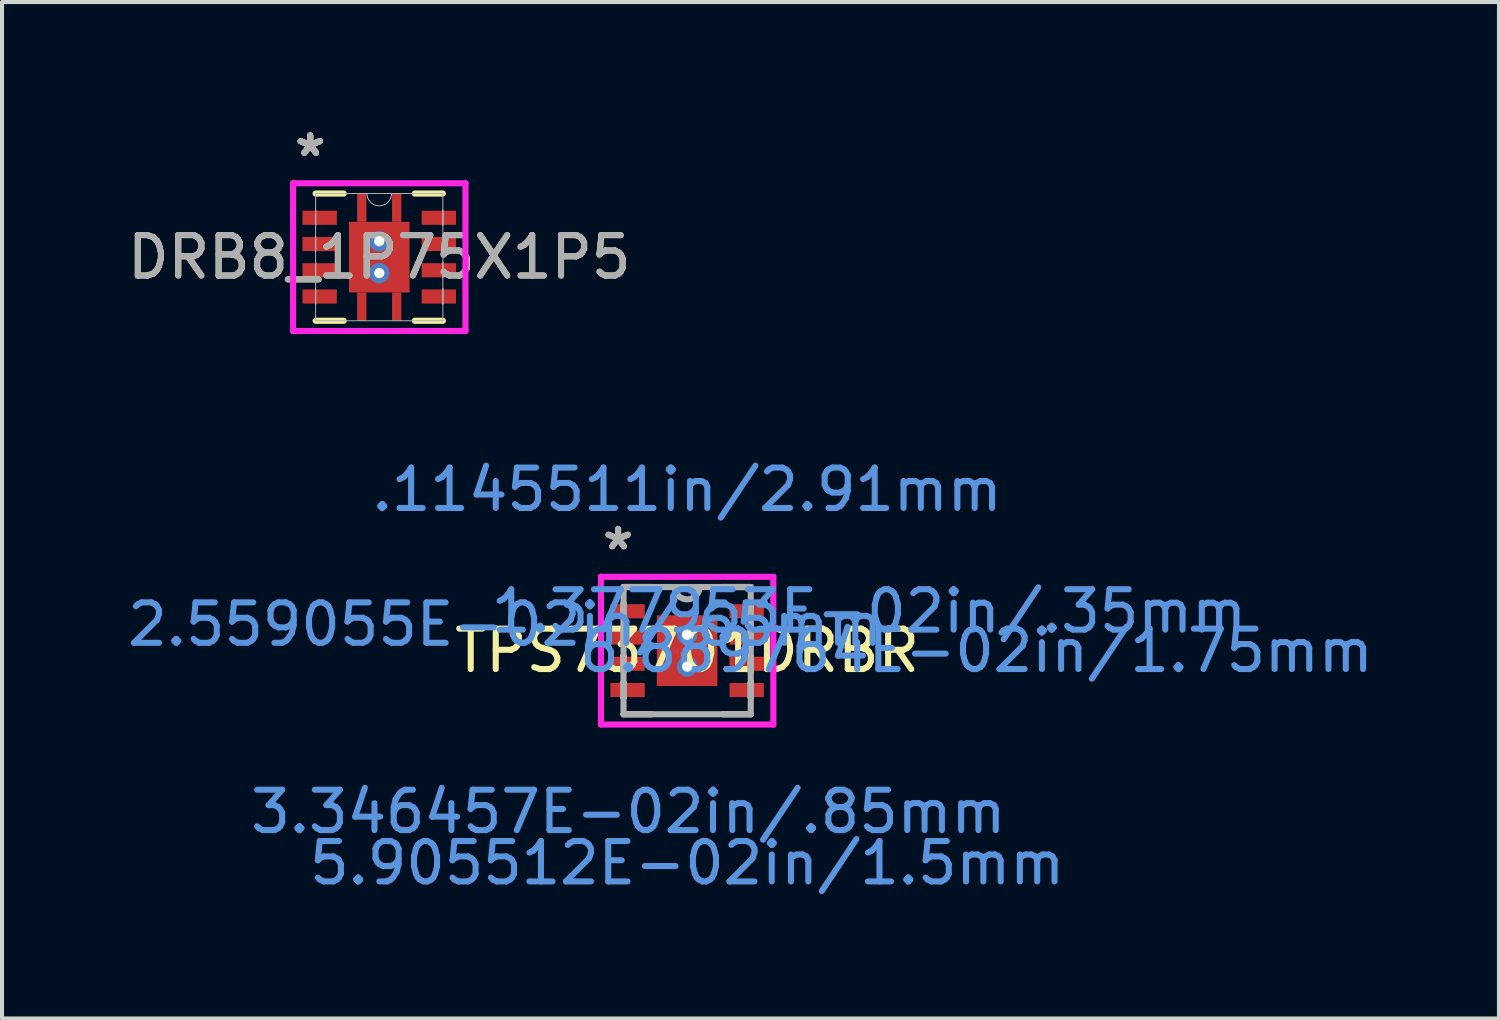
<source format=kicad_pcb>
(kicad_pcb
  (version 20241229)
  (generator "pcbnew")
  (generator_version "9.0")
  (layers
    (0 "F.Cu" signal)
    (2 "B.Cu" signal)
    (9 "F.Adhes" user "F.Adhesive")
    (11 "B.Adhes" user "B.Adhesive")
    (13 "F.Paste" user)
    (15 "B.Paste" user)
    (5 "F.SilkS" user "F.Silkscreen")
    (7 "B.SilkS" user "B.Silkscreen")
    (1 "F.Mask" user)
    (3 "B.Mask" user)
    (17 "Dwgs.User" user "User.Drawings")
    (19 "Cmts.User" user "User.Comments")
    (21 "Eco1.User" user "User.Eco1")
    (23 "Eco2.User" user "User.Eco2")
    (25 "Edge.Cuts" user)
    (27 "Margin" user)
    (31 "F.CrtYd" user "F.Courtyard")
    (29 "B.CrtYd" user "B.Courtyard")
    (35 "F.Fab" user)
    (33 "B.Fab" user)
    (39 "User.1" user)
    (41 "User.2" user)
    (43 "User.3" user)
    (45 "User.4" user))
  (footprint "DRB8_1P75X1P5"
    (layer "F.Cu")
    (at 6.339 3.316)
    (property "Reference" "DRB8_1P75X1P5" (at 0 0 0) (unlocked yes) (layer "F.SilkS") (effects (font (size 1 1) (thickness 0.15))))
    (attr smd)
    (fp_poly (pts (xy -0.547 -0.875) (xy -0.547 -1.575) (xy -0.317 -1.575) (xy -0.317 -0.875)) (stroke (width 0) (type solid)) (fill yes) (layer "F.Cu"))
    (fp_poly (pts (xy -0.547 0.875) (xy -0.547 1.575) (xy -0.317 1.575) (xy -0.317 0.875)) (stroke (width 0) (type solid)) (fill yes) (layer "F.Cu"))
    (fp_poly (pts (xy 0.547 -0.875) (xy 0.547 -1.575) (xy 0.317 -1.575) (xy 0.317 -0.875)) (stroke (width 0) (type solid)) (fill yes) (layer "F.Cu"))
    (fp_poly (pts (xy 0.547 0.875) (xy 0.547 1.575) (xy 0.317 1.575) (xy 0.317 0.875)) (stroke (width 0) (type solid)) (fill yes) (layer "F.Cu"))
    (fp_poly (pts (xy -1.97 -1.22) (xy -1.97 -0.73) (xy -0.98 -0.73) (xy -0.98 -1.22)) (stroke (width 0) (type solid)) (fill yes) (layer "F.Mask"))
    (fp_poly (pts (xy -1.97 -0.57) (xy -1.97 -0.08) (xy -0.98 -0.08) (xy -0.98 -0.57)) (stroke (width 0) (type solid)) (fill yes) (layer "F.Mask"))
    (fp_poly (pts (xy -1.97 0.08) (xy -1.97 0.57) (xy -0.98 0.57) (xy -0.98 0.08)) (stroke (width 0) (type solid)) (fill yes) (layer "F.Mask"))
    (fp_poly (pts (xy -1.97 0.73) (xy -1.97 1.22) (xy -0.98 1.22) (xy -0.98 0.73)) (stroke (width 0) (type solid)) (fill yes) (layer "F.Mask"))
    (fp_poly (pts (xy -0.814 -0.939) (xy -0.2 -0.939) (xy -0.2 0.939) (xy -0.814 0.939)) (stroke (width 0) (type solid)) (fill yes) (layer "F.Mask"))
    (fp_poly (pts (xy -0.814 -0.939) (xy 0.814 -0.939) (xy 0.814 -0.594) (xy -0.814 -0.594)) (stroke (width 0) (type solid)) (fill yes) (layer "F.Mask"))
    (fp_poly (pts (xy -0.814 -0.194) (xy 0.814 -0.194) (xy 0.814 0.194) (xy -0.814 0.194)) (stroke (width 0) (type solid)) (fill yes) (layer "F.Mask"))
    (fp_poly (pts (xy -0.814 0.594) (xy 0.814 0.594) (xy 0.814 0.939) (xy -0.814 0.939)) (stroke (width 0) (type solid)) (fill yes) (layer "F.Mask"))
    (fp_poly (pts (xy -0.547 -0.875) (xy -0.547 -1.575) (xy -0.317 -1.575) (xy -0.317 -0.875)) (stroke (width 0) (type solid)) (fill yes) (layer "F.Mask"))
    (fp_poly (pts (xy -0.547 0.875) (xy -0.547 1.575) (xy -0.317 1.575) (xy -0.317 0.875)) (stroke (width 0) (type solid)) (fill yes) (layer "F.Mask"))
    (fp_poly (pts (xy 0.2 -0.939) (xy 0.814 -0.939) (xy 0.814 0.939) (xy 0.2 0.939)) (stroke (width 0) (type solid)) (fill yes) (layer "F.Mask"))
    (fp_poly (pts (xy 0.547 -0.875) (xy 0.547 -1.575) (xy 0.317 -1.575) (xy 0.317 -0.875)) (stroke (width 0) (type solid)) (fill yes) (layer "F.Mask"))
    (fp_poly (pts (xy 0.547 0.875) (xy 0.547 1.575) (xy 0.317 1.575) (xy 0.317 0.875)) (stroke (width 0) (type solid)) (fill yes) (layer "F.Mask"))
    (fp_poly (pts (xy 0.98 -1.22) (xy 0.98 -0.73) (xy 1.97 -0.73) (xy 1.97 -1.22)) (stroke (width 0) (type solid)) (fill yes) (layer "F.Mask"))
    (fp_poly (pts (xy 0.98 -0.57) (xy 0.98 -0.08) (xy 1.97 -0.08) (xy 1.97 -0.57)) (stroke (width 0) (type solid)) (fill yes) (layer "F.Mask"))
    (fp_poly (pts (xy 0.98 0.08) (xy 0.98 0.57) (xy 1.97 0.57) (xy 1.97 0.08)) (stroke (width 0) (type solid)) (fill yes) (layer "F.Mask"))
    (fp_poly (pts (xy 0.98 0.73) (xy 0.98 1.22) (xy 1.97 1.22) (xy 1.97 0.73)) (stroke (width 0) (type solid)) (fill yes) (layer "F.Mask"))
    (fp_line (start -1.575 1.575) (end -0.88 1.575) (stroke (width 0.152) (type solid)) (layer "F.SilkS"))
    (fp_line (start -0.88 -1.575) (end -1.575 -1.575) (stroke (width 0.152) (type solid)) (layer "F.SilkS"))
    (fp_line (start 0.88 1.575) (end 1.575 1.575) (stroke (width 0.152) (type solid)) (layer "F.SilkS"))
    (fp_line (start 1.575 -1.575) (end 0.88 -1.575) (stroke (width 0.152) (type solid)) (layer "F.SilkS"))
    (fp_poly (pts (xy -1.875 -1.125) (xy -1.875 -0.825) (xy -1.075 -0.825) (xy -1.075 -1.125)) (stroke (width 0) (type solid)) (fill yes) (layer "F.Paste"))
    (fp_poly (pts (xy -1.875 -0.475) (xy -1.875 -0.175) (xy -1.075 -0.175) (xy -1.075 -0.475)) (stroke (width 0) (type solid)) (fill yes) (layer "F.Paste"))
    (fp_poly (pts (xy -1.875 0.175) (xy -1.875 0.475) (xy -1.075 0.475) (xy -1.075 0.175)) (stroke (width 0) (type solid)) (fill yes) (layer "F.Paste"))
    (fp_poly (pts (xy -1.875 0.825) (xy -1.875 1.125) (xy -1.075 1.125) (xy -1.075 0.825)) (stroke (width 0) (type solid)) (fill yes) (layer "F.Paste"))
    (fp_poly (pts (xy -0.496 -0.926) (xy -0.496 -1.524) (xy -0.368 -1.524) (xy -0.368 -0.926)) (stroke (width 0) (type solid)) (fill yes) (layer "F.Paste"))
    (fp_poly (pts (xy -0.496 0.926) (xy -0.496 1.524) (xy -0.368 1.524) (xy -0.368 0.926)) (stroke (width 0) (type solid)) (fill yes) (layer "F.Paste"))
    (fp_poly (pts (xy 0.496 -0.926) (xy 0.496 -1.524) (xy 0.368 -1.524) (xy 0.368 -0.926)) (stroke (width 0) (type solid)) (fill yes) (layer "F.Paste"))
    (fp_poly (pts (xy 0.496 0.926) (xy 0.496 1.524) (xy 0.368 1.524) (xy 0.368 0.926)) (stroke (width 0) (type solid)) (fill yes) (layer "F.Paste"))
    (fp_poly (pts (xy 1.075 -1.125) (xy 1.075 -0.825) (xy 1.875 -0.825) (xy 1.875 -1.125)) (stroke (width 0) (type solid)) (fill yes) (layer "F.Paste"))
    (fp_poly (pts (xy 1.075 -0.475) (xy 1.075 -0.175) (xy 1.875 -0.175) (xy 1.875 -0.475)) (stroke (width 0) (type solid)) (fill yes) (layer "F.Paste"))
    (fp_poly (pts (xy 1.075 0.175) (xy 1.075 0.475) (xy 1.875 0.475) (xy 1.875 0.175)) (stroke (width 0) (type solid)) (fill yes) (layer "F.Paste"))
    (fp_poly (pts (xy 1.075 0.825) (xy 1.075 1.125) (xy 1.875 1.125) (xy 1.875 0.825)) (stroke (width 0) (type solid)) (fill yes) (layer "F.Paste"))
    (fp_poly (pts (xy -0.675 -0.8) (xy -0.675 -0.494) (xy -0.241 -0.494) (xy -0.1 -0.635) (xy -0.1 -0.8)) (stroke (width 0) (type solid)) (fill yes) (layer "F.Paste"))
    (fp_poly (pts (xy -0.675 0.494) (xy -0.675 0.8) (xy -0.1 0.8) (xy -0.1 0.635) (xy -0.241 0.494)) (stroke (width 0) (type solid)) (fill yes) (layer "F.Paste"))
    (fp_poly (pts (xy 0.1 -0.8) (xy 0.1 -0.635) (xy 0.241 -0.494) (xy 0.675 -0.494) (xy 0.675 -0.8)) (stroke (width 0) (type solid)) (fill yes) (layer "F.Paste"))
    (fp_poly (pts (xy 0.241 0.494) (xy 0.1 0.635) (xy 0.1 0.8) (xy 0.675 0.8) (xy 0.675 0.494)) (stroke (width 0) (type solid)) (fill yes) (layer "F.Paste"))
    (fp_poly (pts (xy -0.675 -0.294) (xy -0.675 0.294) (xy -0.241 0.294) (xy -0.1 0.152) (xy -0.1 -0.152) (xy -0.241 -0.294)) (stroke (width 0) (type solid)) (fill yes) (layer "F.Paste"))
    (fp_poly (pts (xy 0.241 -0.294) (xy 0.1 -0.152) (xy 0.1 0.152) (xy 0.241 0.294) (xy 0.675 0.294) (xy 0.675 -0.294)) (stroke (width 0) (type solid)) (fill yes) (layer "F.Paste"))
    (fp_line (start -2.134 -1.829) (end 2.134 -1.829) (stroke (width 0.152) (type solid)) (layer "F.CrtYd"))
    (fp_line (start -2.134 1.829) (end -2.134 -1.829) (stroke (width 0.152) (type solid)) (layer "F.CrtYd"))
    (fp_line (start 2.134 -1.829) (end 2.134 1.829) (stroke (width 0.152) (type solid)) (layer "F.CrtYd"))
    (fp_line (start 2.134 1.829) (end -2.134 1.829) (stroke (width 0.152) (type solid)) (layer "F.CrtYd"))
    (fp_line (start -1.575 -1.575) (end -1.575 1.575) (stroke (width 0.025) (type solid)) (layer "F.Fab"))
    (fp_line (start -1.575 -1.16) (end -1.575 -1.16) (stroke (width 0.025) (type solid)) (layer "F.Fab"))
    (fp_line (start -1.575 -1.16) (end -1.575 -0.79) (stroke (width 0.025) (type solid)) (layer "F.Fab"))
    (fp_line (start -1.575 -0.79) (end -1.575 -1.16) (stroke (width 0.025) (type solid)) (layer "F.Fab"))
    (fp_line (start -1.575 -0.79) (end -1.575 -0.79) (stroke (width 0.025) (type solid)) (layer "F.Fab"))
    (fp_line (start -1.575 -0.51) (end -1.575 -0.51) (stroke (width 0.025) (type solid)) (layer "F.Fab"))
    (fp_line (start -1.575 -0.51) (end -1.575 -0.14) (stroke (width 0.025) (type solid)) (layer "F.Fab"))
    (fp_line (start -1.575 -0.14) (end -1.575 -0.51) (stroke (width 0.025) (type solid)) (layer "F.Fab"))
    (fp_line (start -1.575 -0.14) (end -1.575 -0.14) (stroke (width 0.025) (type solid)) (layer "F.Fab"))
    (fp_line (start -1.575 0.14) (end -1.575 0.14) (stroke (width 0.025) (type solid)) (layer "F.Fab"))
    (fp_line (start -1.575 0.14) (end -1.575 0.51) (stroke (width 0.025) (type solid)) (layer "F.Fab"))
    (fp_line (start -1.575 0.51) (end -1.575 0.14) (stroke (width 0.025) (type solid)) (layer "F.Fab"))
    (fp_line (start -1.575 0.51) (end -1.575 0.51) (stroke (width 0.025) (type solid)) (layer "F.Fab"))
    (fp_line (start -1.575 0.79) (end -1.575 0.79) (stroke (width 0.025) (type solid)) (layer "F.Fab"))
    (fp_line (start -1.575 0.79) (end -1.575 1.16) (stroke (width 0.025) (type solid)) (layer "F.Fab"))
    (fp_line (start -1.575 1.16) (end -1.575 0.79) (stroke (width 0.025) (type solid)) (layer "F.Fab"))
    (fp_line (start -1.575 1.16) (end -1.575 1.16) (stroke (width 0.025) (type solid)) (layer "F.Fab"))
    (fp_line (start -1.575 1.575) (end 1.575 1.575) (stroke (width 0.025) (type solid)) (layer "F.Fab"))
    (fp_line (start 1.575 -1.575) (end -1.575 -1.575) (stroke (width 0.025) (type solid)) (layer "F.Fab"))
    (fp_line (start 1.575 -1.16) (end 1.575 -1.16) (stroke (width 0.025) (type solid)) (layer "F.Fab"))
    (fp_line (start 1.575 -1.16) (end 1.575 -0.79) (stroke (width 0.025) (type solid)) (layer "F.Fab"))
    (fp_line (start 1.575 -0.79) (end 1.575 -1.16) (stroke (width 0.025) (type solid)) (layer "F.Fab"))
    (fp_line (start 1.575 -0.79) (end 1.575 -0.79) (stroke (width 0.025) (type solid)) (layer "F.Fab"))
    (fp_line (start 1.575 -0.51) (end 1.575 -0.51) (stroke (width 0.025) (type solid)) (layer "F.Fab"))
    (fp_line (start 1.575 -0.51) (end 1.575 -0.14) (stroke (width 0.025) (type solid)) (layer "F.Fab"))
    (fp_line (start 1.575 -0.14) (end 1.575 -0.51) (stroke (width 0.025) (type solid)) (layer "F.Fab"))
    (fp_line (start 1.575 -0.14) (end 1.575 -0.14) (stroke (width 0.025) (type solid)) (layer "F.Fab"))
    (fp_line (start 1.575 0.14) (end 1.575 0.14) (stroke (width 0.025) (type solid)) (layer "F.Fab"))
    (fp_line (start 1.575 0.14) (end 1.575 0.51) (stroke (width 0.025) (type solid)) (layer "F.Fab"))
    (fp_line (start 1.575 0.51) (end 1.575 0.14) (stroke (width 0.025) (type solid)) (layer "F.Fab"))
    (fp_line (start 1.575 0.51) (end 1.575 0.51) (stroke (width 0.025) (type solid)) (layer "F.Fab"))
    (fp_line (start 1.575 0.79) (end 1.575 0.79) (stroke (width 0.025) (type solid)) (layer "F.Fab"))
    (fp_line (start 1.575 0.79) (end 1.575 1.16) (stroke (width 0.025) (type solid)) (layer "F.Fab"))
    (fp_line (start 1.575 1.16) (end 1.575 0.79) (stroke (width 0.025) (type solid)) (layer "F.Fab"))
    (fp_line (start 1.575 1.16) (end 1.575 1.16) (stroke (width 0.025) (type solid)) (layer "F.Fab"))
    (fp_line (start 1.575 1.575) (end 1.575 -1.575) (stroke (width 0.025) (type solid)) (layer "F.Fab"))
    (fp_arc (start 0.3048 -1.574999) (mid 0 -1.270199) (end -0.3048 -1.574999) (stroke (width 0.0254) (type solid)) (layer "F.Fab"))
    (fp_text user "*" (at -1.709 -2.468 0) (unlocked yes) (layer "F.SilkS") (effects (font (size 1 1) (thickness 0.15))))
    (fp_text user "*" (at -1.709 -2.468 0) (layer "F.SilkS") (effects (font (size 1 1) (thickness 0.15))))
    (fp_text user "${REFERENCE}" (at 0 0 0) (unlocked yes) (layer "F.Fab") (effects (font (size 1 1) (thickness 0.15))))
    (fp_text user "*" (at -1.709 -2.468 0) (layer "F.Fab") (effects (font (size 1 1) (thickness 0.15))))
    (fp_text user "*" (at -1.709 -2.468 0) (unlocked yes) (layer "F.Fab") (effects (font (size 1 1) (thickness 0.15))))
    (pad "1" smd rect (at -1.475 -0.975) (size 0.85 0.35) (layers "F.Cu" "F.Mask"))
    (pad "2" smd rect (at -1.475 -0.325) (size 0.85 0.35) (layers "F.Cu" "F.Mask"))
    (pad "3" smd rect (at -1.475 0.325) (size 0.85 0.35) (layers "F.Cu" "F.Mask"))
    (pad "4" smd rect (at -1.475 0.975) (size 0.85 0.35) (layers "F.Cu" "F.Mask"))
    (pad "5" smd rect (at 1.475 0.975) (size 0.85 0.35) (layers "F.Cu" "F.Mask"))
    (pad "6" smd rect (at 1.475 0.325) (size 0.85 0.35) (layers "F.Cu" "F.Mask"))
    (pad "7" smd rect (at 1.475 -0.325) (size 0.85 0.35) (layers "F.Cu" "F.Mask"))
    (pad "8" smd rect (at 1.475 -0.975) (size 0.85 0.35) (layers "F.Cu" "F.Mask"))
    (pad "9" smd rect (at 0 0) (size 1.5 1.75) (layers "F.Cu"))
    (pad "V" thru_hole circle (at 0 -0.394) (size 0.508 0.508) (drill 0.254) (layers "*.Cu" "*.Mask"))
    (pad "V" thru_hole circle (at 0 0.394) (size 0.508 0.508) (drill 0.254) (layers "*.Cu" "*.Mask")))
  (footprint "TPS73701DRBR"
    (layer "F.Cu")
    (at 13.961 13.058)
    (property "Reference" "TPS73701DRBR" (at 0 0 0) (layer "F.SilkS") (effects (font (size 1 1) (thickness 0.15))))
    (attr through_hole)
    (fp_line (start -1.575 1.575) (end -0.88 1.575) (stroke (width 0.152) (type solid)) (layer "F.SilkS"))
    (fp_line (start -0.88 -1.575) (end -1.575 -1.575) (stroke (width 0.152) (type solid)) (layer "F.SilkS"))
    (fp_line (start 0.88 1.575) (end 1.575 1.575) (stroke (width 0.152) (type solid)) (layer "F.SilkS"))
    (fp_line (start 1.575 -1.575) (end 0.88 -1.575) (stroke (width 0.152) (type solid)) (layer "F.SilkS"))
    (fp_line (start -2.134 -1.829) (end 2.134 -1.829) (stroke (width 0.152) (type solid)) (layer "F.CrtYd"))
    (fp_line (start -2.134 1.829) (end -2.134 -1.829) (stroke (width 0.152) (type solid)) (layer "F.CrtYd"))
    (fp_line (start 2.134 -1.829) (end 2.134 1.829) (stroke (width 0.152) (type solid)) (layer "F.CrtYd"))
    (fp_line (start 2.134 1.829) (end -2.134 1.829) (stroke (width 0.152) (type solid)) (layer "F.CrtYd"))
    (fp_line (start -1.575 -1.575) (end -1.575 1.575) (stroke (width 0.152) (type solid)) (layer "F.Fab"))
    (fp_line (start -1.575 -1.16) (end -1.575 -1.16) (stroke (width 0.152) (type solid)) (layer "F.Fab"))
    (fp_line (start -1.575 -1.16) (end -1.575 -0.79) (stroke (width 0.152) (type solid)) (layer "F.Fab"))
    (fp_line (start -1.575 -0.79) (end -1.575 -1.16) (stroke (width 0.152) (type solid)) (layer "F.Fab"))
    (fp_line (start -1.575 -0.79) (end -1.575 -0.79) (stroke (width 0.152) (type solid)) (layer "F.Fab"))
    (fp_line (start -1.575 -0.51) (end -1.575 -0.51) (stroke (width 0.152) (type solid)) (layer "F.Fab"))
    (fp_line (start -1.575 -0.51) (end -1.575 -0.14) (stroke (width 0.152) (type solid)) (layer "F.Fab"))
    (fp_line (start -1.575 -0.14) (end -1.575 -0.51) (stroke (width 0.152) (type solid)) (layer "F.Fab"))
    (fp_line (start -1.575 -0.14) (end -1.575 -0.14) (stroke (width 0.152) (type solid)) (layer "F.Fab"))
    (fp_line (start -1.575 0.14) (end -1.575 0.14) (stroke (width 0.152) (type solid)) (layer "F.Fab"))
    (fp_line (start -1.575 0.14) (end -1.575 0.51) (stroke (width 0.152) (type solid)) (layer "F.Fab"))
    (fp_line (start -1.575 0.51) (end -1.575 0.14) (stroke (width 0.152) (type solid)) (layer "F.Fab"))
    (fp_line (start -1.575 0.51) (end -1.575 0.51) (stroke (width 0.152) (type solid)) (layer "F.Fab"))
    (fp_line (start -1.575 0.79) (end -1.575 0.79) (stroke (width 0.152) (type solid)) (layer "F.Fab"))
    (fp_line (start -1.575 0.79) (end -1.575 1.16) (stroke (width 0.152) (type solid)) (layer "F.Fab"))
    (fp_line (start -1.575 1.16) (end -1.575 0.79) (stroke (width 0.152) (type solid)) (layer "F.Fab"))
    (fp_line (start -1.575 1.16) (end -1.575 1.16) (stroke (width 0.152) (type solid)) (layer "F.Fab"))
    (fp_line (start -1.575 1.575) (end 1.575 1.575) (stroke (width 0.152) (type solid)) (layer "F.Fab"))
    (fp_line (start 1.575 -1.575) (end -1.575 -1.575) (stroke (width 0.152) (type solid)) (layer "F.Fab"))
    (fp_line (start 1.575 -1.16) (end 1.575 -1.16) (stroke (width 0.152) (type solid)) (layer "F.Fab"))
    (fp_line (start 1.575 -1.16) (end 1.575 -0.79) (stroke (width 0.152) (type solid)) (layer "F.Fab"))
    (fp_line (start 1.575 -0.79) (end 1.575 -1.16) (stroke (width 0.152) (type solid)) (layer "F.Fab"))
    (fp_line (start 1.575 -0.79) (end 1.575 -0.79) (stroke (width 0.152) (type solid)) (layer "F.Fab"))
    (fp_line (start 1.575 -0.51) (end 1.575 -0.51) (stroke (width 0.152) (type solid)) (layer "F.Fab"))
    (fp_line (start 1.575 -0.51) (end 1.575 -0.14) (stroke (width 0.152) (type solid)) (layer "F.Fab"))
    (fp_line (start 1.575 -0.14) (end 1.575 -0.51) (stroke (width 0.152) (type solid)) (layer "F.Fab"))
    (fp_line (start 1.575 -0.14) (end 1.575 -0.14) (stroke (width 0.152) (type solid)) (layer "F.Fab"))
    (fp_line (start 1.575 0.14) (end 1.575 0.14) (stroke (width 0.152) (type solid)) (layer "F.Fab"))
    (fp_line (start 1.575 0.14) (end 1.575 0.51) (stroke (width 0.152) (type solid)) (layer "F.Fab"))
    (fp_line (start 1.575 0.51) (end 1.575 0.14) (stroke (width 0.152) (type solid)) (layer "F.Fab"))
    (fp_line (start 1.575 0.51) (end 1.575 0.51) (stroke (width 0.152) (type solid)) (layer "F.Fab"))
    (fp_line (start 1.575 0.79) (end 1.575 0.79) (stroke (width 0.152) (type solid)) (layer "F.Fab"))
    (fp_line (start 1.575 0.79) (end 1.575 1.16) (stroke (width 0.152) (type solid)) (layer "F.Fab"))
    (fp_line (start 1.575 1.16) (end 1.575 0.79) (stroke (width 0.152) (type solid)) (layer "F.Fab"))
    (fp_line (start 1.575 1.16) (end 1.575 1.16) (stroke (width 0.152) (type solid)) (layer "F.Fab"))
    (fp_line (start 1.575 1.575) (end 1.575 -1.575) (stroke (width 0.152) (type solid)) (layer "F.Fab"))
    (fp_arc (start 0.3048 -1.574999) (mid 0 -1.270199) (end -0.3048 -1.574999) (stroke (width 0.1524) (type solid)) (layer "F.Fab"))
    (fp_text user "*" (at -1.709 -2.468 0) (layer "F.SilkS") (effects (font (size 1 1) (thickness 0.15))))
    (fp_text user "Copyright 2016 Accelerated Designs. All rights reserved." (at 0 0 0) (layer "Cmts.User") (effects (font (size 0.127 0.127) (thickness 0.002))))
    (fp_text user "1.377953E-02in/.35mm" (at 4.503 -0.975 0) (layer "Cmts.User") (effects (font (size 1 1) (thickness 0.15))))
    (fp_text user "3.346457E-02in/.85mm" (at -1.455 3.988 0) (layer "Cmts.User") (effects (font (size 1 1) (thickness 0.15))))
    (fp_text user "2.559055E-02in/.65mm" (at -4.503 -0.65 0) (layer "Cmts.User") (effects (font (size 1 1) (thickness 0.15))))
    (fp_text user "6.889764E-02in/1.75mm" (at 7.163 0 0) (layer "Cmts.User") (effects (font (size 1 1) (thickness 0.15))))
    (fp_text user ".1145511in/2.91mm" (at 0 -3.988 0) (layer "Cmts.User") (effects (font (size 1 1) (thickness 0.15))))
    (fp_text user "5.905512E-02in/1.5mm" (at 0 5.258 0) (layer "Cmts.User") (effects (font (size 1 1) (thickness 0.15))))
    (fp_text user "*" (at -1.709 -2.468 0) (layer "F.Fab") (effects (font (size 1 1) (thickness 0.15))))
    (pad "1" smd rect (at -1.475 -0.975) (size 0.85 0.35) (layers "F.Cu" "F.Mask" "F.Paste"))
    (pad "2" smd rect (at -1.475 -0.325) (size 0.85 0.35) (layers "F.Cu" "F.Mask" "F.Paste"))
    (pad "3" smd rect (at -1.475 0.325) (size 0.85 0.35) (layers "F.Cu" "F.Mask" "F.Paste"))
    (pad "4" smd rect (at -1.475 0.975) (size 0.85 0.35) (layers "F.Cu" "F.Mask" "F.Paste"))
    (pad "5" smd rect (at 1.475 0.975) (size 0.85 0.35) (layers "F.Cu" "F.Mask" "F.Paste"))
    (pad "6" smd rect (at 1.475 0.325) (size 0.85 0.35) (layers "F.Cu" "F.Mask" "F.Paste"))
    (pad "7" smd rect (at 1.475 -0.325) (size 0.85 0.35) (layers "F.Cu" "F.Mask" "F.Paste"))
    (pad "8" smd rect (at 1.475 -0.975) (size 0.85 0.35) (layers "F.Cu" "F.Mask" "F.Paste"))
    (pad "9" smd rect (at 0 0) (size 1.5 1.75) (layers "F.Cu" "F.Mask" "F.Paste"))
    (pad "V" thru_hole circle (at 0 -0.394) (size 0.508 0.508) (drill 0.254) (layers "*.Cu" "*.Mask"))
    (pad "V" thru_hole circle (at 0 0.394) (size 0.508 0.508) (drill 0.254) (layers "*.Cu" "*.Mask")))
  (gr_rect
    (start -3 -3)
    (end 34.059 22.164)
    (stroke (width 0.1) (type default))
    (fill no)
    (layer "Edge.Cuts")))
</source>
